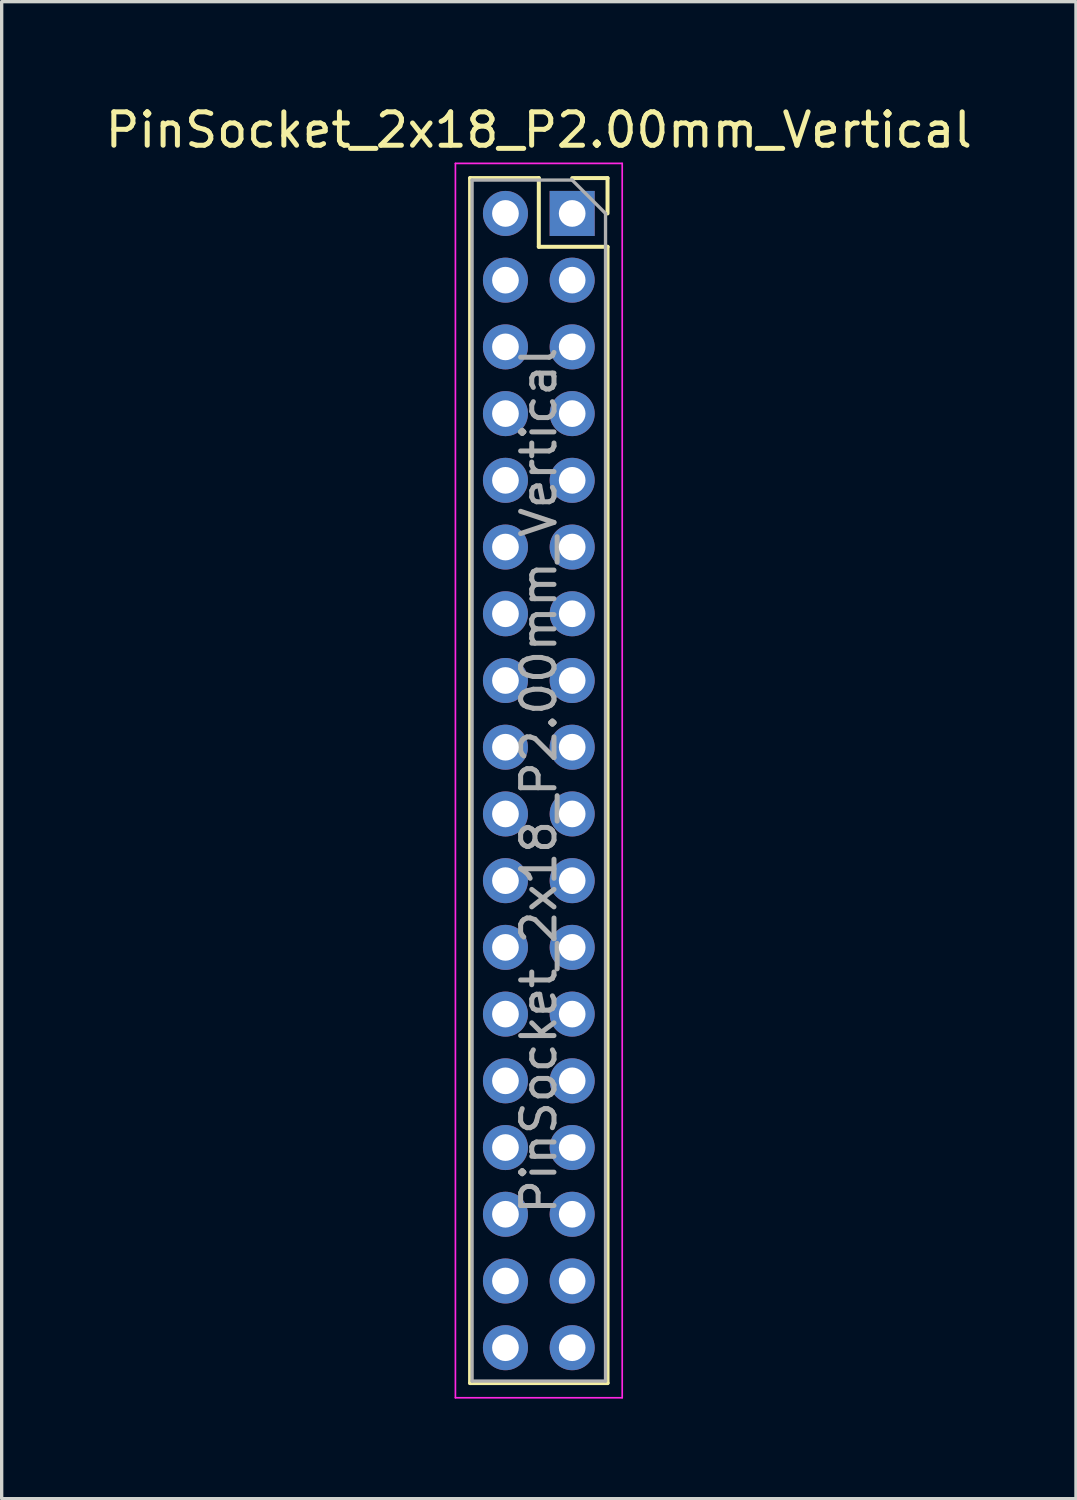
<source format=kicad_pcb>
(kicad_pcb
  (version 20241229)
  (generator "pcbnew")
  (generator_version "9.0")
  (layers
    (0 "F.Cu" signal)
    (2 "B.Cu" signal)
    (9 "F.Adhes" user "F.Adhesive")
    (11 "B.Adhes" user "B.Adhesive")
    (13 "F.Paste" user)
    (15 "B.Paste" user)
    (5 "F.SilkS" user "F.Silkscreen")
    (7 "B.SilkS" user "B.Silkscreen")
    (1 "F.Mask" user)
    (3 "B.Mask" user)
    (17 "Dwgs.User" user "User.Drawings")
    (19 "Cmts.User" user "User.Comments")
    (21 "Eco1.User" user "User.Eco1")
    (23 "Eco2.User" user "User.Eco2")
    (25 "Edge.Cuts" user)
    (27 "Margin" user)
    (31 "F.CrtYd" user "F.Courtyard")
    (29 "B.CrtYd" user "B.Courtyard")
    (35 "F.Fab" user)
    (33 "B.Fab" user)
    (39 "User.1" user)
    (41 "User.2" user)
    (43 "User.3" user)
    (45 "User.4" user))
  (footprint "PinSocket_2x18_P2.00mm_Vertical"
    (layer "F.Cu")
    (at 14.101 3.348)
    (property "Reference" "PinSocket_2x18_P2.00mm_Vertical" (at -1 -2.5 0) (layer "F.SilkS") (effects (font (size 1 1) (thickness 0.15))))
    (attr through_hole)
    (fp_line (start -3.06 -1.06) (end -3.06 35.06) (stroke (width 0.12) (type solid)) (layer "F.SilkS"))
    (fp_line (start -3.06 -1.06) (end -1 -1.06) (stroke (width 0.12) (type solid)) (layer "F.SilkS"))
    (fp_line (start -3.06 35.06) (end 1.06 35.06) (stroke (width 0.12) (type solid)) (layer "F.SilkS"))
    (fp_line (start -1 -1.06) (end -1 1) (stroke (width 0.12) (type solid)) (layer "F.SilkS"))
    (fp_line (start -1 1) (end 1.06 1) (stroke (width 0.12) (type solid)) (layer "F.SilkS"))
    (fp_line (start 0 -1.06) (end 1.06 -1.06) (stroke (width 0.12) (type solid)) (layer "F.SilkS"))
    (fp_line (start 1.06 -1.06) (end 1.06 0) (stroke (width 0.12) (type solid)) (layer "F.SilkS"))
    (fp_line (start 1.06 1) (end 1.06 35.06) (stroke (width 0.12) (type solid)) (layer "F.SilkS"))
    (fp_line (start -3.5 -1.5) (end 1.5 -1.5) (stroke (width 0.05) (type solid)) (layer "F.CrtYd"))
    (fp_line (start -3.5 35.5) (end -3.5 -1.5) (stroke (width 0.05) (type solid)) (layer "F.CrtYd"))
    (fp_line (start 1.5 -1.5) (end 1.5 35.5) (stroke (width 0.05) (type solid)) (layer "F.CrtYd"))
    (fp_line (start 1.5 35.5) (end -3.5 35.5) (stroke (width 0.05) (type solid)) (layer "F.CrtYd"))
    (fp_line (start -3 -1) (end 0 -1) (stroke (width 0.1) (type solid)) (layer "F.Fab"))
    (fp_line (start -3 35) (end -3 -1) (stroke (width 0.1) (type solid)) (layer "F.Fab"))
    (fp_line (start 0 -1) (end 1 0) (stroke (width 0.1) (type solid)) (layer "F.Fab"))
    (fp_line (start 1 0) (end 1 35) (stroke (width 0.1) (type solid)) (layer "F.Fab"))
    (fp_line (start 1 35) (end -3 35) (stroke (width 0.1) (type solid)) (layer "F.Fab"))
    (fp_text user "${REFERENCE}" (at -1 17 90) (layer "F.Fab") (effects (font (size 1 1) (thickness 0.15))))
    (pad "1" thru_hole rect (at 0 0) (size 1.35 1.35) (drill 0.8) (layers "*.Cu" "*.Mask"))
    (pad "2" thru_hole oval (at -2 0) (size 1.35 1.35) (drill 0.8) (layers "*.Cu" "*.Mask"))
    (pad "3" thru_hole oval (at 0 2) (size 1.35 1.35) (drill 0.8) (layers "*.Cu" "*.Mask"))
    (pad "4" thru_hole oval (at -2 2) (size 1.35 1.35) (drill 0.8) (layers "*.Cu" "*.Mask"))
    (pad "5" thru_hole oval (at 0 4) (size 1.35 1.35) (drill 0.8) (layers "*.Cu" "*.Mask"))
    (pad "6" thru_hole oval (at -2 4) (size 1.35 1.35) (drill 0.8) (layers "*.Cu" "*.Mask"))
    (pad "7" thru_hole oval (at 0 6) (size 1.35 1.35) (drill 0.8) (layers "*.Cu" "*.Mask"))
    (pad "8" thru_hole oval (at -2 6) (size 1.35 1.35) (drill 0.8) (layers "*.Cu" "*.Mask"))
    (pad "9" thru_hole oval (at 0 8) (size 1.35 1.35) (drill 0.8) (layers "*.Cu" "*.Mask"))
    (pad "10" thru_hole oval (at -2 8) (size 1.35 1.35) (drill 0.8) (layers "*.Cu" "*.Mask"))
    (pad "11" thru_hole oval (at 0 10) (size 1.35 1.35) (drill 0.8) (layers "*.Cu" "*.Mask"))
    (pad "12" thru_hole oval (at -2 10) (size 1.35 1.35) (drill 0.8) (layers "*.Cu" "*.Mask"))
    (pad "13" thru_hole oval (at 0 12) (size 1.35 1.35) (drill 0.8) (layers "*.Cu" "*.Mask"))
    (pad "14" thru_hole oval (at -2 12) (size 1.35 1.35) (drill 0.8) (layers "*.Cu" "*.Mask"))
    (pad "15" thru_hole oval (at 0 14) (size 1.35 1.35) (drill 0.8) (layers "*.Cu" "*.Mask"))
    (pad "16" thru_hole oval (at -2 14) (size 1.35 1.35) (drill 0.8) (layers "*.Cu" "*.Mask"))
    (pad "17" thru_hole oval (at 0 16) (size 1.35 1.35) (drill 0.8) (layers "*.Cu" "*.Mask"))
    (pad "18" thru_hole oval (at -2 16) (size 1.35 1.35) (drill 0.8) (layers "*.Cu" "*.Mask"))
    (pad "19" thru_hole oval (at 0 18) (size 1.35 1.35) (drill 0.8) (layers "*.Cu" "*.Mask"))
    (pad "20" thru_hole oval (at -2 18) (size 1.35 1.35) (drill 0.8) (layers "*.Cu" "*.Mask"))
    (pad "21" thru_hole oval (at 0 20) (size 1.35 1.35) (drill 0.8) (layers "*.Cu" "*.Mask"))
    (pad "22" thru_hole oval (at -2 20) (size 1.35 1.35) (drill 0.8) (layers "*.Cu" "*.Mask"))
    (pad "23" thru_hole oval (at 0 22) (size 1.35 1.35) (drill 0.8) (layers "*.Cu" "*.Mask"))
    (pad "24" thru_hole oval (at -2 22) (size 1.35 1.35) (drill 0.8) (layers "*.Cu" "*.Mask"))
    (pad "25" thru_hole oval (at 0 24) (size 1.35 1.35) (drill 0.8) (layers "*.Cu" "*.Mask"))
    (pad "26" thru_hole oval (at -2 24) (size 1.35 1.35) (drill 0.8) (layers "*.Cu" "*.Mask"))
    (pad "27" thru_hole oval (at 0 26) (size 1.35 1.35) (drill 0.8) (layers "*.Cu" "*.Mask"))
    (pad "28" thru_hole oval (at -2 26) (size 1.35 1.35) (drill 0.8) (layers "*.Cu" "*.Mask"))
    (pad "29" thru_hole oval (at 0 28) (size 1.35 1.35) (drill 0.8) (layers "*.Cu" "*.Mask"))
    (pad "30" thru_hole oval (at -2 28) (size 1.35 1.35) (drill 0.8) (layers "*.Cu" "*.Mask"))
    (pad "31" thru_hole oval (at 0 30) (size 1.35 1.35) (drill 0.8) (layers "*.Cu" "*.Mask"))
    (pad "32" thru_hole oval (at -2 30) (size 1.35 1.35) (drill 0.8) (layers "*.Cu" "*.Mask"))
    (pad "33" thru_hole oval (at 0 32) (size 1.35 1.35) (drill 0.8) (layers "*.Cu" "*.Mask"))
    (pad "34" thru_hole oval (at -2 32) (size 1.35 1.35) (drill 0.8) (layers "*.Cu" "*.Mask"))
    (pad "35" thru_hole oval (at 0 34) (size 1.35 1.35) (drill 0.8) (layers "*.Cu" "*.Mask"))
    (pad "36" thru_hole oval (at -2 34) (size 1.35 1.35) (drill 0.8) (layers "*.Cu" "*.Mask")))
  (gr_rect
    (start -3 -3)
    (end 29.202 41.873)
    (stroke (width 0.1) (type default))
    (fill no)
    (layer "Edge.Cuts")))
</source>
